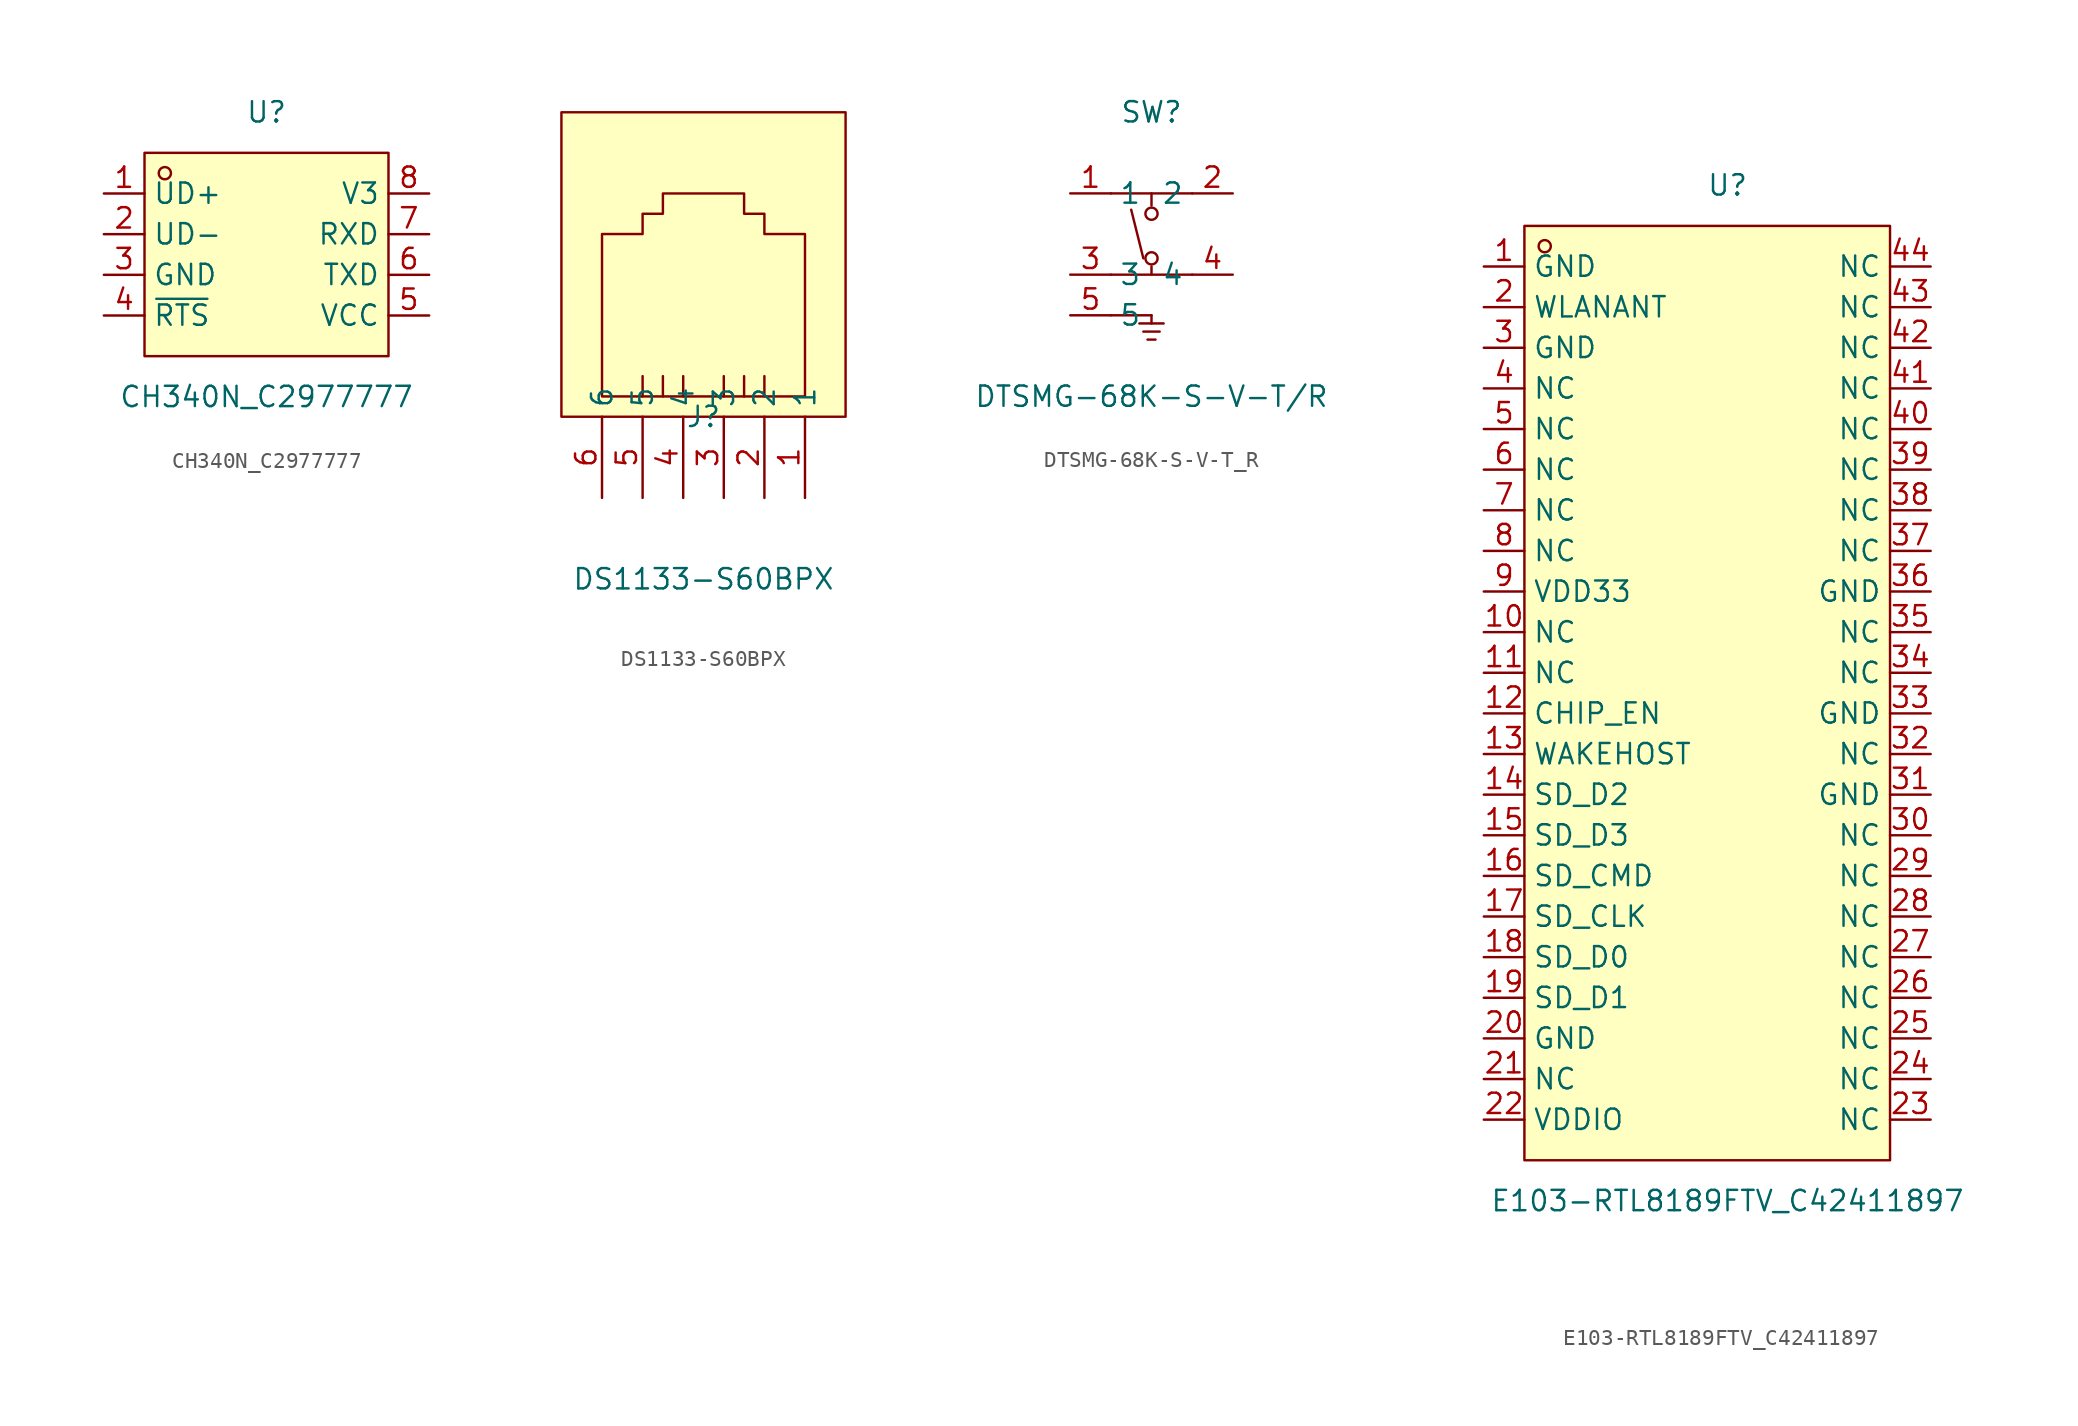
<source format=kicad_sym>
(kicad_symbol_lib
  (version 20211014)
  (generator https://github.com/uPesy/easyeda2kicad.py)
  (symbol "CH340N_C2977777"
    (property "Reference" "U"
      (at 0 10.16 0)
      (effects (font (size 1.27 1.27))))
    (property "Value" "CH340N_C2977777"
      (at 0 -7.62 0)
      (effects (font (size 1.27 1.27))))
    (symbol "CH340N_C2977777_0_1"
      (rectangle (start -7.62 7.62) (end 7.62 -5.08) (stroke (width 0) (type default) (color 0 0 0 0)) (fill (type background)))
      (circle (center -6.35 6.35) (radius 0.38) (stroke (width 0) (type default) (color 0 0 0 0)) (fill (type none)))
      (pin unspecified line (at 10.16 5.08 180) (length 2.54) (name "V3" (effects (font (size 1.27 1.27)))) (number "8" (effects (font (size 1.27 1.27)))))
      (pin unspecified line (at 10.16 2.54 180) (length 2.54) (name "RXD" (effects (font (size 1.27 1.27)))) (number "7" (effects (font (size 1.27 1.27)))))
      (pin unspecified line (at 10.16 -0.00 180) (length 2.54) (name "TXD" (effects (font (size 1.27 1.27)))) (number "6" (effects (font (size 1.27 1.27)))))
      (pin unspecified line (at 10.16 -2.54 180) (length 2.54) (name "VCC" (effects (font (size 1.27 1.27)))) (number "5" (effects (font (size 1.27 1.27)))))
      (pin unspecified line (at -10.16 -2.54 0) (length 2.54) (name "~{RTS}" (effects (font (size 1.27 1.27)))) (number "4" (effects (font (size 1.27 1.27)))))
      (pin unspecified line (at -10.16 -0.00 0) (length 2.54) (name "GND" (effects (font (size 1.27 1.27)))) (number "3" (effects (font (size 1.27 1.27)))))
      (pin unspecified line (at -10.16 2.54 0) (length 2.54) (name "UD-" (effects (font (size 1.27 1.27)))) (number "2" (effects (font (size 1.27 1.27)))))
      (pin unspecified line (at -10.16 5.08 0) (length 2.54) (name "UD+" (effects (font (size 1.27 1.27)))) (number "1" (effects (font (size 1.27 1.27)))))))
  (symbol "DS1133-S60BPX"
    (property "Reference" "J"
      (at 0 -6.35 0)
      (effects (font (size 1.27 1.27))))
    (property "Value" "DS1133-S60BPX"
      (at 0 -16.51 0)
      (effects (font (size 1.27 1.27))))
    (symbol "DS1133-S60BPX_0_1"
      (rectangle (start -8.89 12.70) (end 8.89 -6.35) (stroke (width 0) (type default) (color 0 0 0 0)) (fill (type background)))
      (polyline (pts (xy -3.81 -5.08) (xy -3.81 -3.81) (xy -3.81 -3.81)) (stroke (width 0) (type default) (color 0 0 0 0)) (fill (type none)))
      (polyline (pts (xy -2.54 -5.08) (xy -2.54 -3.81) (xy -2.54 -3.81)) (stroke (width 0) (type default) (color 0 0 0 0)) (fill (type none)))
      (polyline (pts (xy -1.27 -5.08) (xy -1.27 -3.81) (xy -1.27 -3.81)) (stroke (width 0) (type default) (color 0 0 0 0)) (fill (type none)))
      (polyline (pts (xy 1.27 -5.08) (xy 1.27 -3.81) (xy 1.27 -3.81)) (stroke (width 0) (type default) (color 0 0 0 0)) (fill (type none)))
      (polyline (pts (xy -6.35 -5.08) (xy 6.35 -5.08) (xy 6.35 5.08) (xy 3.81 5.08) (xy 3.81 6.35) (xy 2.54 6.35) (xy 2.54 6.35) (xy 2.54 7.62) (xy -2.54 7.62) (xy -2.54 6.35) (xy -3.81 6.35) (xy -3.81 5.08) (xy -6.35 5.08) (xy -6.35 -5.08) (xy -6.35 -3.81)) (stroke (width 0) (type default) (color 0 0 0 0)) (fill (type none)))
      (polyline (pts (xy 2.54 -5.08) (xy 2.54 -3.81) (xy 2.54 -3.81)) (stroke (width 0) (type default) (color 0 0 0 0)) (fill (type none)))
      (polyline (pts (xy 3.81 -5.08) (xy 3.81 -3.81) (xy 3.81 -3.81)) (stroke (width 0) (type default) (color 0 0 0 0)) (fill (type none)))
      (pin unspecified line (at 6.35 -11.43 90) (length 5.08) (name "1" (effects (font (size 1.27 1.27)))) (number "1" (effects (font (size 1.27 1.27)))))
      (pin unspecified line (at 3.81 -11.43 90) (length 5.08) (name "2" (effects (font (size 1.27 1.27)))) (number "2" (effects (font (size 1.27 1.27)))))
      (pin unspecified line (at 1.27 -11.43 90) (length 5.08) (name "3" (effects (font (size 1.27 1.27)))) (number "3" (effects (font (size 1.27 1.27)))))
      (pin unspecified line (at -1.27 -11.43 90) (length 5.08) (name "4" (effects (font (size 1.27 1.27)))) (number "4" (effects (font (size 1.27 1.27)))))
      (pin unspecified line (at -3.81 -11.43 90) (length 5.08) (name "5" (effects (font (size 1.27 1.27)))) (number "5" (effects (font (size 1.27 1.27)))))
      (pin unspecified line (at -6.35 -11.43 90) (length 5.08) (name "6" (effects (font (size 1.27 1.27)))) (number "6" (effects (font (size 1.27 1.27)))))))
  (symbol "DTSMG-68K-S-V-T_R"
    (property "Reference" "SW"
      (at 0 7.62 0)
      (effects (font (size 1.27 1.27))))
    (property "Value" "DTSMG-68K-S-V-T/R"
      (at 0 -10.16 0)
      (effects (font (size 1.27 1.27))))
    (symbol "DTSMG-68K-S-V-T_R_0_1"
      (circle (center 0.00 -1.52) (radius 0.38) (stroke (width 0) (type default) (color 0 0 0 0)) (fill (type none)))
      (circle (center 0.00 1.27) (radius 0.38) (stroke (width 0) (type default) (color 0 0 0 0)) (fill (type none)))
      (polyline (pts (xy 0.00 1.78) (xy 0.00 2.54)) (stroke (width 0) (type default) (color 0 0 0 0)) (fill (type none)))
      (polyline (pts (xy 0.00 -2.03) (xy 0.00 -2.54)) (stroke (width 0) (type default) (color 0 0 0 0)) (fill (type none)))
      (polyline (pts (xy -0.51 -1.52) (xy -1.27 1.52)) (stroke (width 0) (type default) (color 0 0 0 0)) (fill (type none)))
      (polyline (pts (xy -2.54 -2.54) (xy 2.54 -2.54)) (stroke (width 0) (type default) (color 0 0 0 0)) (fill (type none)))
      (polyline (pts (xy -2.54 2.54) (xy 2.54 2.54)) (stroke (width 0) (type default) (color 0 0 0 0)) (fill (type none)))
      (polyline (pts (xy -2.54 -5.08) (xy 0.00 -5.08)) (stroke (width 0) (type default) (color 0 0 0 0)) (fill (type none)))
      (polyline (pts (xy -0.76 -5.59) (xy 0.76 -5.59)) (stroke (width 0) (type default) (color 0 0 0 0)) (fill (type none)))
      (polyline (pts (xy -0.51 -6.10) (xy 0.51 -6.10)) (stroke (width 0) (type default) (color 0 0 0 0)) (fill (type none)))
      (polyline (pts (xy -0.25 -6.60) (xy 0.25 -6.60)) (stroke (width 0) (type default) (color 0 0 0 0)) (fill (type none)))
      (polyline (pts (xy 0.00 -5.59) (xy 0.00 -5.08)) (stroke (width 0) (type default) (color 0 0 0 0)) (fill (type none)))
      (pin unspecified line (at -5.08 2.54 0) (length 2.54) (name "1" (effects (font (size 1.27 1.27)))) (number "1" (effects (font (size 1.27 1.27)))))
      (pin unspecified line (at 5.08 2.54 180) (length 2.54) (name "2" (effects (font (size 1.27 1.27)))) (number "2" (effects (font (size 1.27 1.27)))))
      (pin unspecified line (at -5.08 -2.54 0) (length 2.54) (name "3" (effects (font (size 1.27 1.27)))) (number "3" (effects (font (size 1.27 1.27)))))
      (pin unspecified line (at 5.08 -2.54 180) (length 2.54) (name "4" (effects (font (size 1.27 1.27)))) (number "4" (effects (font (size 1.27 1.27)))))
      (pin unspecified line (at -5.08 -5.08 0) (length 2.54) (name "5" (effects (font (size 1.27 1.27)))) (number "5" (effects (font (size 1.27 1.27)))))))
  (symbol "E103-RTL8189FTV_C42411897"
    (property "Reference" "U"
      (at 0 33.02 0)
      (effects (font (size 1.27 1.27))))
    (property "Value" "E103-RTL8189FTV_C42411897"
      (at 0 -30.48 0)
      (effects (font (size 1.27 1.27))))
    (symbol "E103-RTL8189FTV_C42411897_0_1"
      (rectangle (start -12.70 30.48) (end 10.16 -27.94) (stroke (width 0) (type default) (color 0 0 0 0)) (fill (type background)))
      (circle (center -11.43 29.21) (radius 0.38) (stroke (width 0) (type default) (color 0 0 0 0)) (fill (type none)))
      (pin unspecified line (at 12.70 27.94 180) (length 2.54) (name "NC" (effects (font (size 1.27 1.27)))) (number "44" (effects (font (size 1.27 1.27)))))
      (pin unspecified line (at 12.70 25.40 180) (length 2.54) (name "NC" (effects (font (size 1.27 1.27)))) (number "43" (effects (font (size 1.27 1.27)))))
      (pin unspecified line (at 12.70 22.86 180) (length 2.54) (name "NC" (effects (font (size 1.27 1.27)))) (number "42" (effects (font (size 1.27 1.27)))))
      (pin unspecified line (at 12.70 20.32 180) (length 2.54) (name "NC" (effects (font (size 1.27 1.27)))) (number "41" (effects (font (size 1.27 1.27)))))
      (pin unspecified line (at 12.70 17.78 180) (length 2.54) (name "NC" (effects (font (size 1.27 1.27)))) (number "40" (effects (font (size 1.27 1.27)))))
      (pin unspecified line (at 12.70 15.24 180) (length 2.54) (name "NC" (effects (font (size 1.27 1.27)))) (number "39" (effects (font (size 1.27 1.27)))))
      (pin unspecified line (at 12.70 12.70 180) (length 2.54) (name "NC" (effects (font (size 1.27 1.27)))) (number "38" (effects (font (size 1.27 1.27)))))
      (pin unspecified line (at 12.70 10.16 180) (length 2.54) (name "NC" (effects (font (size 1.27 1.27)))) (number "37" (effects (font (size 1.27 1.27)))))
      (pin unspecified line (at 12.70 7.62 180) (length 2.54) (name "GND" (effects (font (size 1.27 1.27)))) (number "36" (effects (font (size 1.27 1.27)))))
      (pin unspecified line (at 12.70 5.08 180) (length 2.54) (name "NC" (effects (font (size 1.27 1.27)))) (number "35" (effects (font (size 1.27 1.27)))))
      (pin unspecified line (at 12.70 2.54 180) (length 2.54) (name "NC" (effects (font (size 1.27 1.27)))) (number "34" (effects (font (size 1.27 1.27)))))
      (pin unspecified line (at 12.70 -0.00 180) (length 2.54) (name "GND" (effects (font (size 1.27 1.27)))) (number "33" (effects (font (size 1.27 1.27)))))
      (pin unspecified line (at 12.70 -2.54 180) (length 2.54) (name "NC" (effects (font (size 1.27 1.27)))) (number "32" (effects (font (size 1.27 1.27)))))
      (pin unspecified line (at 12.70 -5.08 180) (length 2.54) (name "GND" (effects (font (size 1.27 1.27)))) (number "31" (effects (font (size 1.27 1.27)))))
      (pin unspecified line (at 12.70 -7.62 180) (length 2.54) (name "NC" (effects (font (size 1.27 1.27)))) (number "30" (effects (font (size 1.27 1.27)))))
      (pin unspecified line (at 12.70 -10.16 180) (length 2.54) (name "NC" (effects (font (size 1.27 1.27)))) (number "29" (effects (font (size 1.27 1.27)))))
      (pin unspecified line (at 12.70 -12.70 180) (length 2.54) (name "NC" (effects (font (size 1.27 1.27)))) (number "28" (effects (font (size 1.27 1.27)))))
      (pin unspecified line (at 12.70 -15.24 180) (length 2.54) (name "NC" (effects (font (size 1.27 1.27)))) (number "27" (effects (font (size 1.27 1.27)))))
      (pin unspecified line (at 12.70 -17.78 180) (length 2.54) (name "NC" (effects (font (size 1.27 1.27)))) (number "26" (effects (font (size 1.27 1.27)))))
      (pin unspecified line (at 12.70 -20.32 180) (length 2.54) (name "NC" (effects (font (size 1.27 1.27)))) (number "25" (effects (font (size 1.27 1.27)))))
      (pin unspecified line (at 12.70 -22.86 180) (length 2.54) (name "NC" (effects (font (size 1.27 1.27)))) (number "24" (effects (font (size 1.27 1.27)))))
      (pin unspecified line (at 12.70 -25.40 180) (length 2.54) (name "NC" (effects (font (size 1.27 1.27)))) (number "23" (effects (font (size 1.27 1.27)))))
      (pin unspecified line (at -15.24 -25.40 0) (length 2.54) (name "VDDIO" (effects (font (size 1.27 1.27)))) (number "22" (effects (font (size 1.27 1.27)))))
      (pin unspecified line (at -15.24 -22.86 0) (length 2.54) (name "NC" (effects (font (size 1.27 1.27)))) (number "21" (effects (font (size 1.27 1.27)))))
      (pin unspecified line (at -15.24 -20.32 0) (length 2.54) (name "GND" (effects (font (size 1.27 1.27)))) (number "20" (effects (font (size 1.27 1.27)))))
      (pin unspecified line (at -15.24 -17.78 0) (length 2.54) (name "SD_D1" (effects (font (size 1.27 1.27)))) (number "19" (effects (font (size 1.27 1.27)))))
      (pin unspecified line (at -15.24 -15.24 0) (length 2.54) (name "SD_D0" (effects (font (size 1.27 1.27)))) (number "18" (effects (font (size 1.27 1.27)))))
      (pin unspecified line (at -15.24 -12.70 0) (length 2.54) (name "SD_CLK" (effects (font (size 1.27 1.27)))) (number "17" (effects (font (size 1.27 1.27)))))
      (pin unspecified line (at -15.24 -10.16 0) (length 2.54) (name "SD_CMD" (effects (font (size 1.27 1.27)))) (number "16" (effects (font (size 1.27 1.27)))))
      (pin unspecified line (at -15.24 -7.62 0) (length 2.54) (name "SD_D3" (effects (font (size 1.27 1.27)))) (number "15" (effects (font (size 1.27 1.27)))))
      (pin unspecified line (at -15.24 -5.08 0) (length 2.54) (name "SD_D2" (effects (font (size 1.27 1.27)))) (number "14" (effects (font (size 1.27 1.27)))))
      (pin unspecified line (at -15.24 -2.54 0) (length 2.54) (name "WAKEHOST" (effects (font (size 1.27 1.27)))) (number "13" (effects (font (size 1.27 1.27)))))
      (pin unspecified line (at -15.24 -0.00 0) (length 2.54) (name "CHIP_EN" (effects (font (size 1.27 1.27)))) (number "12" (effects (font (size 1.27 1.27)))))
      (pin unspecified line (at -15.24 2.54 0) (length 2.54) (name "NC" (effects (font (size 1.27 1.27)))) (number "11" (effects (font (size 1.27 1.27)))))
      (pin unspecified line (at -15.24 5.08 0) (length 2.54) (name "NC" (effects (font (size 1.27 1.27)))) (number "10" (effects (font (size 1.27 1.27)))))
      (pin unspecified line (at -15.24 7.62 0) (length 2.54) (name "VDD33" (effects (font (size 1.27 1.27)))) (number "9" (effects (font (size 1.27 1.27)))))
      (pin unspecified line (at -15.24 10.16 0) (length 2.54) (name "NC" (effects (font (size 1.27 1.27)))) (number "8" (effects (font (size 1.27 1.27)))))
      (pin unspecified line (at -15.24 12.70 0) (length 2.54) (name "NC" (effects (font (size 1.27 1.27)))) (number "7" (effects (font (size 1.27 1.27)))))
      (pin unspecified line (at -15.24 15.24 0) (length 2.54) (name "NC" (effects (font (size 1.27 1.27)))) (number "6" (effects (font (size 1.27 1.27)))))
      (pin unspecified line (at -15.24 17.78 0) (length 2.54) (name "NC" (effects (font (size 1.27 1.27)))) (number "5" (effects (font (size 1.27 1.27)))))
      (pin unspecified line (at -15.24 20.32 0) (length 2.54) (name "NC" (effects (font (size 1.27 1.27)))) (number "4" (effects (font (size 1.27 1.27)))))
      (pin unspecified line (at -15.24 22.86 0) (length 2.54) (name "GND" (effects (font (size 1.27 1.27)))) (number "3" (effects (font (size 1.27 1.27)))))
      (pin unspecified line (at -15.24 25.40 0) (length 2.54) (name "WLANANT" (effects (font (size 1.27 1.27)))) (number "2" (effects (font (size 1.27 1.27)))))
      (pin unspecified line (at -15.24 27.94 0) (length 2.54) (name "GND" (effects (font (size 1.27 1.27)))) (number "1" (effects (font (size 1.27 1.27))))))))
</source>
